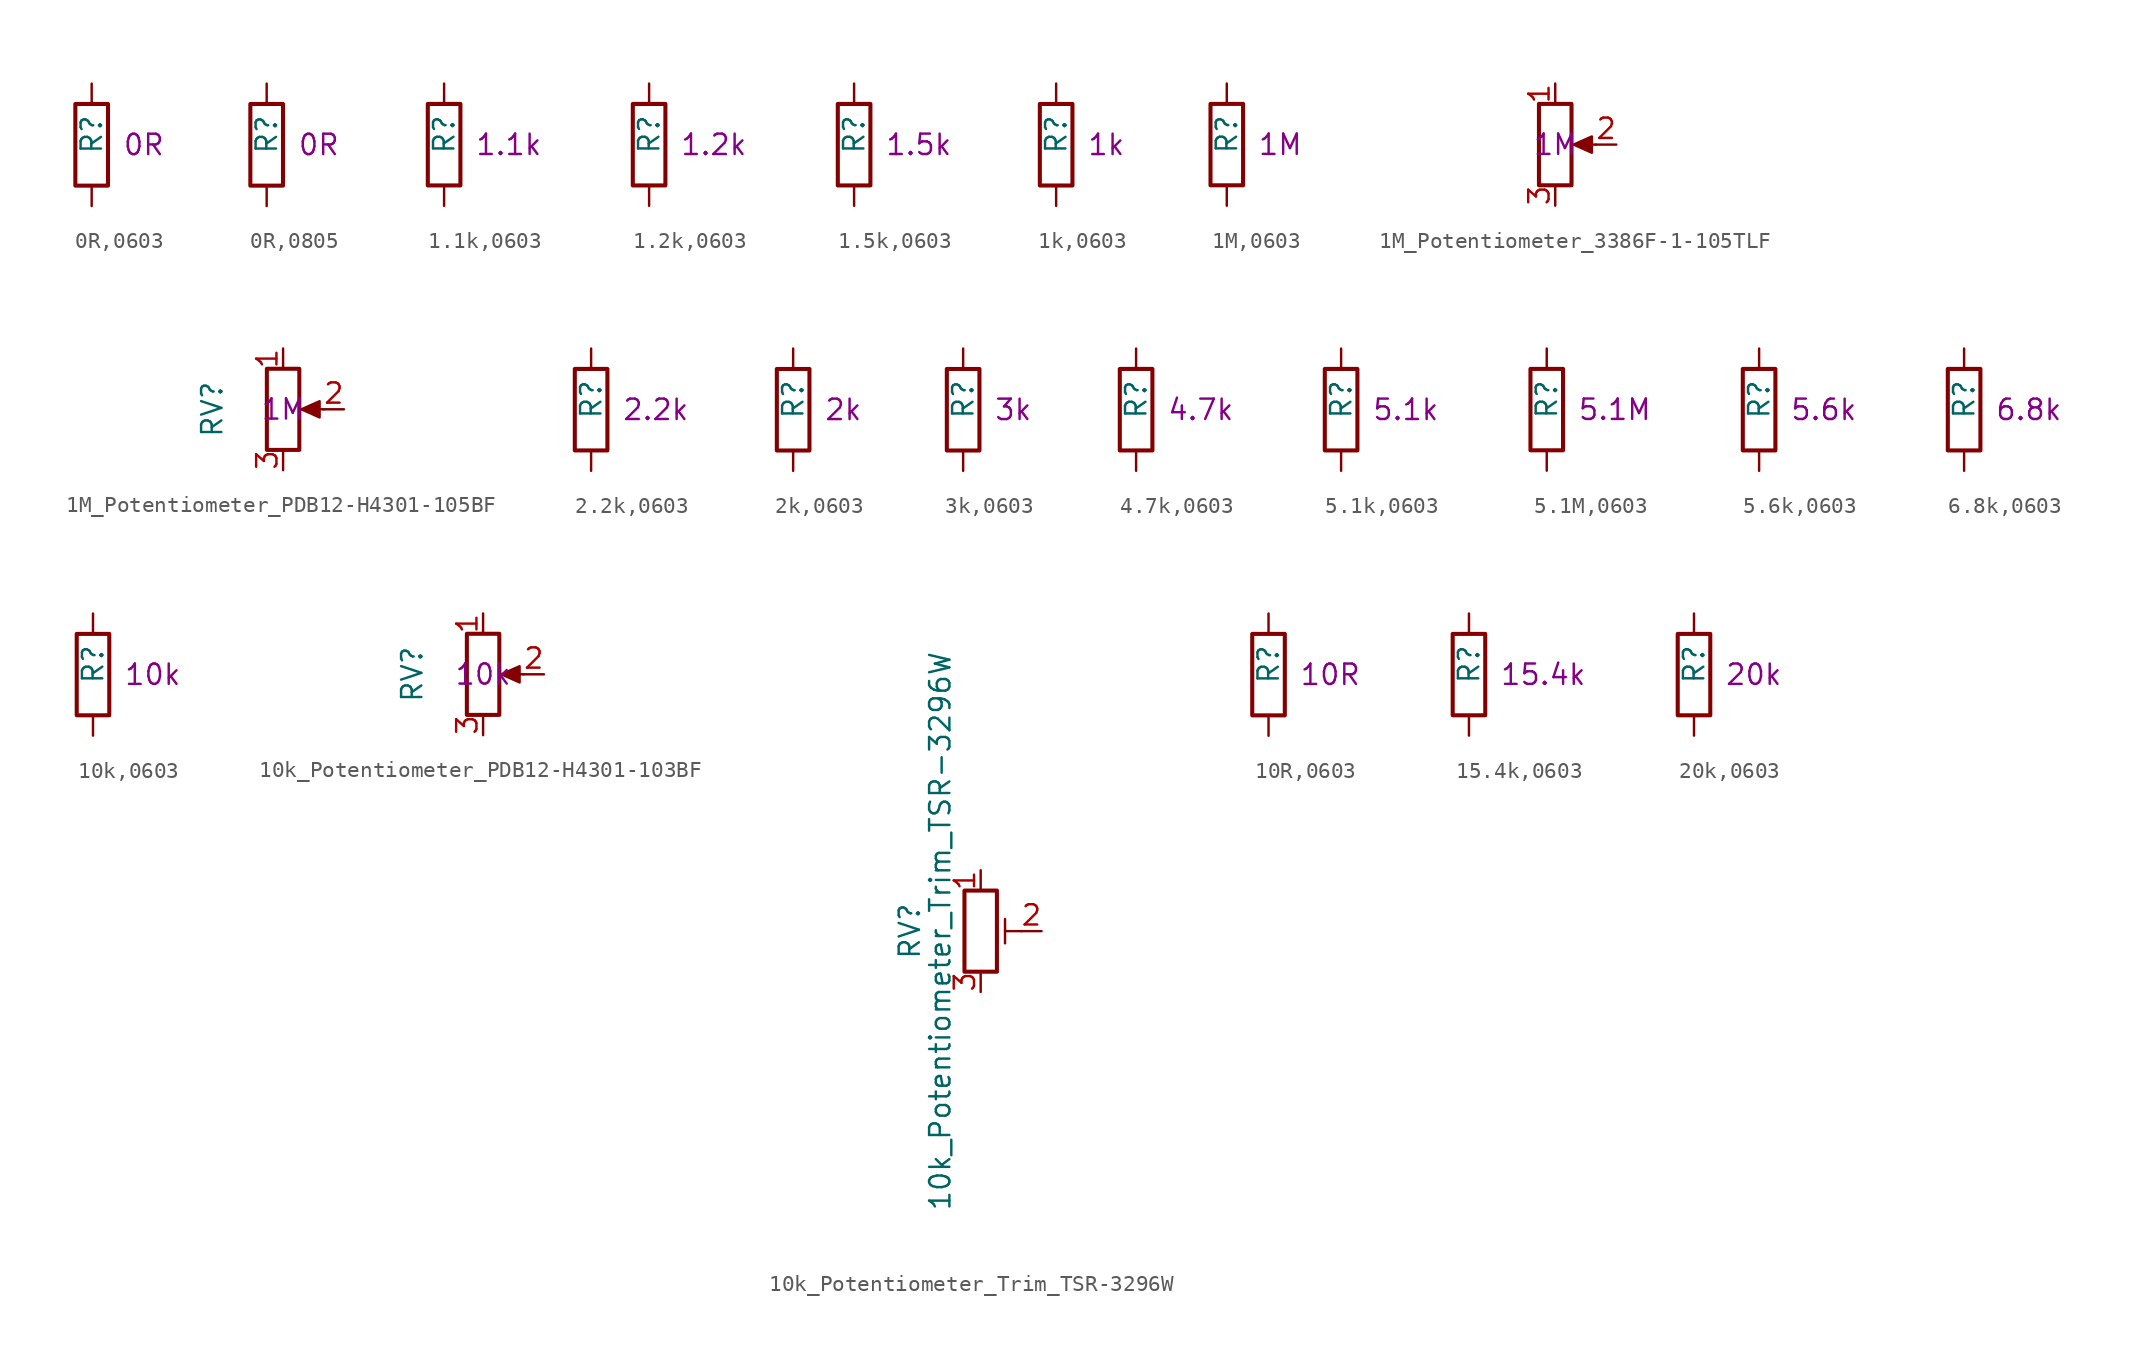
<source format=kicad_sym>
(kicad_symbol_lib
  (version 20220914)
  (generator kicad_symbol_editor)
  (symbol "0R,0603"
    (pin_numbers hide)
    (pin_names
      (offset 0.254) hide)
    (property "Reference" "R"
      (at 0 -0.635 90)
      (effects (font (size 1.27 1.27)) (justify left)))
    (property "Resistance" "0R"
      (at 1.905 0 0)
      (effects (font (size 1.27 1.27)) (justify left)))
    (symbol "0R,0603_1_1"
      (rectangle (start -1.016 -2.54) (end 1.016 2.54) (stroke (width 0.254) (type default)) (fill (type none)))
      (pin passive line (at 0 3.81 270) (length 1.27) (name "~" (effects (font (size 1.27 1.27)))) (number "1" (effects (font (size 1.27 1.27)))))
      (pin passive line (at 0 -3.81 90) (length 1.27) (name "~" (effects (font (size 1.27 1.27)))) (number "2" (effects (font (size 1.27 1.27)))))))
  (symbol "0R,0805"
    (pin_numbers hide)
    (pin_names
      (offset 0.254) hide)
    (property "Reference" "R"
      (at 0 -0.635 90)
      (effects (font (size 1.27 1.27)) (justify left)))
    (property "Resistance" "0R"
      (at 1.905 0 0)
      (effects (font (size 1.27 1.27)) (justify left)))
    (symbol "0R,0805_1_1"
      (rectangle (start -1.016 -2.54) (end 1.016 2.54) (stroke (width 0.254) (type default)) (fill (type none)))
      (pin passive line (at 0 3.81 270) (length 1.27) (name "~" (effects (font (size 1.27 1.27)))) (number "1" (effects (font (size 1.27 1.27)))))
      (pin passive line (at 0 -3.81 90) (length 1.27) (name "~" (effects (font (size 1.27 1.27)))) (number "2" (effects (font (size 1.27 1.27)))))))
  (symbol "1.1k,0603"
    (pin_numbers hide)
    (pin_names
      (offset 0.254) hide)
    (property "Reference" "R"
      (at 0 -0.635 90)
      (effects (font (size 1.27 1.27)) (justify left)))
    (property "Resistance" "1.1k"
      (at 1.905 0 0)
      (effects (font (size 1.27 1.27)) (justify left)))
    (symbol "1.1k,0603_1_1"
      (rectangle (start -1.016 -2.54) (end 1.016 2.54) (stroke (width 0.254) (type default)) (fill (type none)))
      (pin passive line (at 0 3.81 270) (length 1.27) (name "~" (effects (font (size 1.27 1.27)))) (number "1" (effects (font (size 1.27 1.27)))))
      (pin passive line (at 0 -3.81 90) (length 1.27) (name "~" (effects (font (size 1.27 1.27)))) (number "2" (effects (font (size 1.27 1.27)))))))
  (symbol "1.2k,0603"
    (pin_numbers hide)
    (pin_names
      (offset 0.254) hide)
    (property "Reference" "R"
      (at 0 -0.635 90)
      (effects (font (size 1.27 1.27)) (justify left)))
    (property "Resistance" "1.2k"
      (at 1.905 0 0)
      (effects (font (size 1.27 1.27)) (justify left)))
    (symbol "1.2k,0603_1_1"
      (rectangle (start -1.016 -2.54) (end 1.016 2.54) (stroke (width 0.254) (type default)) (fill (type none)))
      (pin passive line (at 0 3.81 270) (length 1.27) (name "~" (effects (font (size 1.27 1.27)))) (number "1" (effects (font (size 1.27 1.27)))))
      (pin passive line (at 0 -3.81 90) (length 1.27) (name "~" (effects (font (size 1.27 1.27)))) (number "2" (effects (font (size 1.27 1.27)))))))
  (symbol "1.5k,0603"
    (pin_numbers hide)
    (pin_names
      (offset 0.254) hide)
    (property "Reference" "R"
      (at 0 -0.635 90)
      (effects (font (size 1.27 1.27)) (justify left)))
    (property "Resistance" "1.5k"
      (at 1.905 0 0)
      (effects (font (size 1.27 1.27)) (justify left)))
    (symbol "1.5k,0603_1_1"
      (rectangle (start -1.016 -2.54) (end 1.016 2.54) (stroke (width 0.254) (type default)) (fill (type none)))
      (pin passive line (at 0 3.81 270) (length 1.27) (name "~" (effects (font (size 1.27 1.27)))) (number "1" (effects (font (size 1.27 1.27)))))
      (pin passive line (at 0 -3.81 90) (length 1.27) (name "~" (effects (font (size 1.27 1.27)))) (number "2" (effects (font (size 1.27 1.27)))))))
  (symbol "1k,0603"
    (pin_numbers hide)
    (pin_names
      (offset 0.254) hide)
    (property "Reference" "R"
      (at 0 -0.635 90)
      (effects (font (size 1.27 1.27)) (justify left)))
    (property "Resistance" "1k"
      (at 1.905 0 0)
      (effects (font (size 1.27 1.27)) (justify left)))
    (symbol "1k,0603_1_1"
      (rectangle (start -1.016 -2.54) (end 1.016 2.54) (stroke (width 0.254) (type default)) (fill (type none)))
      (pin passive line (at 0 3.81 270) (length 1.27) (name "~" (effects (font (size 1.27 1.27)))) (number "1" (effects (font (size 1.27 1.27)))))
      (pin passive line (at 0 -3.81 90) (length 1.27) (name "~" (effects (font (size 1.27 1.27)))) (number "2" (effects (font (size 1.27 1.27)))))))
  (symbol "1M,0603"
    (pin_numbers hide)
    (pin_names
      (offset 0.254) hide)
    (property "Reference" "R"
      (at 0 -0.635 90)
      (effects (font (size 1.27 1.27)) (justify left)))
    (property "Resistance" "1M"
      (at 1.905 0 0)
      (effects (font (size 1.27 1.27)) (justify left)))
    (symbol "1M,0603_1_1"
      (rectangle (start -1.016 -2.54) (end 1.016 2.54) (stroke (width 0.254) (type default)) (fill (type none)))
      (pin passive line (at 0 3.81 270) (length 1.27) (name "~" (effects (font (size 1.27 1.27)))) (number "1" (effects (font (size 1.27 1.27)))))
      (pin passive line (at 0 -3.81 90) (length 1.27) (name "~" (effects (font (size 1.27 1.27)))) (number "2" (effects (font (size 1.27 1.27)))))))
  (symbol "1M_Potentiometer_3386F-1-105TLF"
    (pin_names
      (offset 1.016) hide)
    (property "Reference" "RV"
      (at -4.445 0 90)
      (effects (font (size 1.27 1.27)) hide))
    (property "Pretty Value 1" "1M"
      (at 0 0 0)
      (effects (font (size 1.27 1.27))))
    (symbol "1M_Potentiometer_3386F-1-105TLF_0_1"
      (polyline (pts (xy 2.54 0) (xy 1.524 0)) (stroke (width 0) (type default)) (fill (type none)))
      (polyline (pts (xy 1.143 0) (xy 2.286 0.508) (xy 2.286 -0.508) (xy 1.143 0)) (stroke (width 0) (type default)) (fill (type outline)))
      (rectangle (start 1.016 2.54) (end -1.016 -2.54) (stroke (width 0.254) (type default)) (fill (type none))))
    (symbol "1M_Potentiometer_3386F-1-105TLF_1_1"
      (pin passive line (at 0 3.81 270) (length 1.27) (name "1" (effects (font (size 1.27 1.27)))) (number "1" (effects (font (size 1.27 1.27)))))
      (pin passive line (at 3.81 0 180) (length 1.27) (name "2" (effects (font (size 1.27 1.27)))) (number "2" (effects (font (size 1.27 1.27)))))
      (pin passive line (at 0 -3.81 90) (length 1.27) (name "3" (effects (font (size 1.27 1.27)))) (number "3" (effects (font (size 1.27 1.27)))))))
  (symbol "1M_Potentiometer_PDB12-H4301-105BF"
    (pin_names
      (offset 1.016) hide)
    (property "Reference" "RV"
      (at -4.445 0 90)
      (effects (font (size 1.27 1.27))))
    (property "Pretty Value 1" "1M"
      (at 0 0 0)
      (effects (font (size 1.27 1.27))))
    (symbol "1M_Potentiometer_PDB12-H4301-105BF_0_0"
      (pin no_connect line (at 2.54 -3.81 90) (length 2.54) hide (name "MH1" (effects (font (size 1.27 1.27)))) (number "MH1" (effects (font (size 1.27 1.27)))))
      (pin no_connect line (at 5.08 -3.81 90) (length 2.54) hide (name "MH2" (effects (font (size 1.27 1.27)))) (number "MH2" (effects (font (size 1.27 1.27))))))
    (symbol "1M_Potentiometer_PDB12-H4301-105BF_0_1"
      (polyline (pts (xy 2.54 0) (xy 1.524 0)) (stroke (width 0) (type default)) (fill (type none)))
      (polyline (pts (xy 1.143 0) (xy 2.286 0.508) (xy 2.286 -0.508) (xy 1.143 0)) (stroke (width 0) (type default)) (fill (type outline)))
      (rectangle (start 1.016 2.54) (end -1.016 -2.54) (stroke (width 0.254) (type default)) (fill (type none))))
    (symbol "1M_Potentiometer_PDB12-H4301-105BF_1_1"
      (pin passive line (at 0 3.81 270) (length 1.27) (name "1" (effects (font (size 1.27 1.27)))) (number "1" (effects (font (size 1.27 1.27)))))
      (pin passive line (at 3.81 0 180) (length 1.27) (name "2" (effects (font (size 1.27 1.27)))) (number "2" (effects (font (size 1.27 1.27)))))
      (pin passive line (at 0 -3.81 90) (length 1.27) (name "3" (effects (font (size 1.27 1.27)))) (number "3" (effects (font (size 1.27 1.27)))))))
  (symbol "2.2k,0603"
    (pin_numbers hide)
    (pin_names
      (offset 0.254) hide)
    (property "Reference" "R"
      (at 0 -0.635 90)
      (effects (font (size 1.27 1.27)) (justify left)))
    (property "Resistance" "2.2k"
      (at 1.905 0 0)
      (effects (font (size 1.27 1.27)) (justify left)))
    (symbol "2.2k,0603_1_1"
      (rectangle (start -1.016 -2.54) (end 1.016 2.54) (stroke (width 0.254) (type default)) (fill (type none)))
      (pin passive line (at 0 3.81 270) (length 1.27) (name "~" (effects (font (size 1.27 1.27)))) (number "1" (effects (font (size 1.27 1.27)))))
      (pin passive line (at 0 -3.81 90) (length 1.27) (name "~" (effects (font (size 1.27 1.27)))) (number "2" (effects (font (size 1.27 1.27)))))))
  (symbol "2k,0603"
    (pin_numbers hide)
    (pin_names
      (offset 0.254) hide)
    (property "Reference" "R"
      (at 0 -0.635 90)
      (effects (font (size 1.27 1.27)) (justify left)))
    (property "Resistance" "2k"
      (at 1.905 0 0)
      (effects (font (size 1.27 1.27)) (justify left)))
    (symbol "2k,0603_1_1"
      (rectangle (start -1.016 -2.54) (end 1.016 2.54) (stroke (width 0.254) (type default)) (fill (type none)))
      (pin passive line (at 0 3.81 270) (length 1.27) (name "~" (effects (font (size 1.27 1.27)))) (number "1" (effects (font (size 1.27 1.27)))))
      (pin passive line (at 0 -3.81 90) (length 1.27) (name "~" (effects (font (size 1.27 1.27)))) (number "2" (effects (font (size 1.27 1.27)))))))
  (symbol "3k,0603"
    (pin_numbers hide)
    (pin_names
      (offset 0.254) hide)
    (property "Reference" "R"
      (at 0 -0.635 90)
      (effects (font (size 1.27 1.27)) (justify left)))
    (property "Resistance" "3k"
      (at 1.905 0 0)
      (effects (font (size 1.27 1.27)) (justify left)))
    (symbol "3k,0603_1_1"
      (rectangle (start -1.016 -2.54) (end 1.016 2.54) (stroke (width 0.254) (type default)) (fill (type none)))
      (pin passive line (at 0 3.81 270) (length 1.27) (name "~" (effects (font (size 1.27 1.27)))) (number "1" (effects (font (size 1.27 1.27)))))
      (pin passive line (at 0 -3.81 90) (length 1.27) (name "~" (effects (font (size 1.27 1.27)))) (number "2" (effects (font (size 1.27 1.27)))))))
  (symbol "4.7k,0603"
    (pin_numbers hide)
    (pin_names
      (offset 0.254) hide)
    (property "Reference" "R"
      (at 0 -0.635 90)
      (effects (font (size 1.27 1.27)) (justify left)))
    (property "Resistance" "4.7k"
      (at 1.905 0 0)
      (effects (font (size 1.27 1.27)) (justify left)))
    (symbol "4.7k,0603_1_1"
      (rectangle (start -1.016 -2.54) (end 1.016 2.54) (stroke (width 0.254) (type default)) (fill (type none)))
      (pin passive line (at 0 3.81 270) (length 1.27) (name "~" (effects (font (size 1.27 1.27)))) (number "1" (effects (font (size 1.27 1.27)))))
      (pin passive line (at 0 -3.81 90) (length 1.27) (name "~" (effects (font (size 1.27 1.27)))) (number "2" (effects (font (size 1.27 1.27)))))))
  (symbol "5.1k,0603"
    (pin_numbers hide)
    (pin_names
      (offset 0.254) hide)
    (property "Reference" "R"
      (at 0 -0.635 90)
      (effects (font (size 1.27 1.27)) (justify left)))
    (property "Resistance" "5.1k"
      (at 1.905 0 0)
      (effects (font (size 1.27 1.27)) (justify left)))
    (symbol "5.1k,0603_1_1"
      (rectangle (start -1.016 -2.54) (end 1.016 2.54) (stroke (width 0.254) (type default)) (fill (type none)))
      (pin passive line (at 0 3.81 270) (length 1.27) (name "~" (effects (font (size 1.27 1.27)))) (number "1" (effects (font (size 1.27 1.27)))))
      (pin passive line (at 0 -3.81 90) (length 1.27) (name "~" (effects (font (size 1.27 1.27)))) (number "2" (effects (font (size 1.27 1.27)))))))
  (symbol "5.1M,0603"
    (pin_numbers hide)
    (pin_names
      (offset 0.254) hide)
    (property "Reference" "R"
      (at 0 -0.635 90)
      (effects (font (size 1.27 1.27)) (justify left)))
    (property "Resistance" "5.1M"
      (at 1.905 0 0)
      (effects (font (size 1.27 1.27)) (justify left)))
    (symbol "5.1M,0603_1_1"
      (rectangle (start -1.016 -2.54) (end 1.016 2.54) (stroke (width 0.254) (type default)) (fill (type none)))
      (pin passive line (at 0 3.81 270) (length 1.27) (name "~" (effects (font (size 1.27 1.27)))) (number "1" (effects (font (size 1.27 1.27)))))
      (pin passive line (at 0 -3.81 90) (length 1.27) (name "~" (effects (font (size 1.27 1.27)))) (number "2" (effects (font (size 1.27 1.27)))))))
  (symbol "5.6k,0603"
    (pin_numbers hide)
    (pin_names
      (offset 0.254) hide)
    (property "Reference" "R"
      (at 0 -0.635 90)
      (effects (font (size 1.27 1.27)) (justify left)))
    (property "Resistance" "5.6k"
      (at 1.905 0 0)
      (effects (font (size 1.27 1.27)) (justify left)))
    (symbol "5.6k,0603_1_1"
      (rectangle (start -1.016 -2.54) (end 1.016 2.54) (stroke (width 0.254) (type default)) (fill (type none)))
      (pin passive line (at 0 3.81 270) (length 1.27) (name "~" (effects (font (size 1.27 1.27)))) (number "1" (effects (font (size 1.27 1.27)))))
      (pin passive line (at 0 -3.81 90) (length 1.27) (name "~" (effects (font (size 1.27 1.27)))) (number "2" (effects (font (size 1.27 1.27)))))))
  (symbol "6.8k,0603"
    (pin_numbers hide)
    (pin_names
      (offset 0.254) hide)
    (property "Reference" "R"
      (at 0 -0.635 90)
      (effects (font (size 1.27 1.27)) (justify left)))
    (property "Resistance" "6.8k"
      (at 1.905 0 0)
      (effects (font (size 1.27 1.27)) (justify left)))
    (symbol "6.8k,0603_1_1"
      (rectangle (start -1.016 -2.54) (end 1.016 2.54) (stroke (width 0.254) (type default)) (fill (type none)))
      (pin passive line (at 0 3.81 270) (length 1.27) (name "~" (effects (font (size 1.27 1.27)))) (number "1" (effects (font (size 1.27 1.27)))))
      (pin passive line (at 0 -3.81 90) (length 1.27) (name "~" (effects (font (size 1.27 1.27)))) (number "2" (effects (font (size 1.27 1.27)))))))
  (symbol "10k,0603"
    (pin_numbers hide)
    (pin_names
      (offset 0.254) hide)
    (property "Reference" "R"
      (at 0 -0.635 90)
      (effects (font (size 1.27 1.27)) (justify left)))
    (property "Resistance" "10k"
      (at 1.905 0 0)
      (effects (font (size 1.27 1.27)) (justify left)))
    (symbol "10k,0603_1_1"
      (rectangle (start -1.016 -2.54) (end 1.016 2.54) (stroke (width 0.254) (type default)) (fill (type none)))
      (pin passive line (at 0 3.81 270) (length 1.27) (name "~" (effects (font (size 1.27 1.27)))) (number "1" (effects (font (size 1.27 1.27)))))
      (pin passive line (at 0 -3.81 90) (length 1.27) (name "~" (effects (font (size 1.27 1.27)))) (number "2" (effects (font (size 1.27 1.27)))))))
  (symbol "10k_Potentiometer_PDB12-H4301-103BF"
    (pin_names
      (offset 1.016) hide)
    (property "Reference" "RV"
      (at -4.445 0 90)
      (effects (font (size 1.27 1.27))))
    (property "Pretty Value 1" "10k"
      (at 0 0 0)
      (effects (font (size 1.27 1.27))))
    (symbol "10k_Potentiometer_PDB12-H4301-103BF_0_0"
      (pin no_connect line (at 2.54 -3.81 90) (length 2.54) hide (name "MH1" (effects (font (size 1.27 1.27)))) (number "MH1" (effects (font (size 1.27 1.27)))))
      (pin no_connect line (at 5.08 -3.81 90) (length 2.54) hide (name "MH2" (effects (font (size 1.27 1.27)))) (number "MH2" (effects (font (size 1.27 1.27))))))
    (symbol "10k_Potentiometer_PDB12-H4301-103BF_0_1"
      (polyline (pts (xy 2.54 0) (xy 1.524 0)) (stroke (width 0) (type default)) (fill (type none)))
      (polyline (pts (xy 1.143 0) (xy 2.286 0.508) (xy 2.286 -0.508) (xy 1.143 0)) (stroke (width 0) (type default)) (fill (type outline)))
      (rectangle (start 1.016 2.54) (end -1.016 -2.54) (stroke (width 0.254) (type default)) (fill (type none))))
    (symbol "10k_Potentiometer_PDB12-H4301-103BF_1_1"
      (pin passive line (at 0 3.81 270) (length 1.27) (name "1" (effects (font (size 1.27 1.27)))) (number "1" (effects (font (size 1.27 1.27)))))
      (pin passive line (at 3.81 0 180) (length 1.27) (name "2" (effects (font (size 1.27 1.27)))) (number "2" (effects (font (size 1.27 1.27)))))
      (pin passive line (at 0 -3.81 90) (length 1.27) (name "3" (effects (font (size 1.27 1.27)))) (number "3" (effects (font (size 1.27 1.27)))))))
  (symbol "10k_Potentiometer_Trim_TSR-3296W"
    (pin_names
      (offset 1.016) hide)
    (property "Reference" "RV"
      (at -4.445 0 90)
      (effects (font (size 1.27 1.27))))
    (property "Value" "10k_Potentiometer_Trim_TSR-3296W"
      (at -2.54 0 90)
      (effects (font (size 1.27 1.27))))
    (symbol "10k_Potentiometer_Trim_TSR-3296W_0_1"
      (polyline (pts (xy 1.524 0.762) (xy 1.524 -0.762)) (stroke (width 0) (type default)) (fill (type none)))
      (polyline (pts (xy 2.54 0) (xy 1.524 0)) (stroke (width 0) (type default)) (fill (type none)))
      (rectangle (start 1.016 2.54) (end -1.016 -2.54) (stroke (width 0.254) (type default)) (fill (type none))))
    (symbol "10k_Potentiometer_Trim_TSR-3296W_1_1"
      (pin passive line (at 0 3.81 270) (length 1.27) (name "1" (effects (font (size 1.27 1.27)))) (number "1" (effects (font (size 1.27 1.27)))))
      (pin passive line (at 3.81 0 180) (length 1.27) (name "2" (effects (font (size 1.27 1.27)))) (number "2" (effects (font (size 1.27 1.27)))))
      (pin passive line (at 0 -3.81 90) (length 1.27) (name "3" (effects (font (size 1.27 1.27)))) (number "3" (effects (font (size 1.27 1.27)))))))
  (symbol "10R,0603"
    (pin_numbers hide)
    (pin_names
      (offset 0.254) hide)
    (property "Reference" "R"
      (at 0 -0.635 90)
      (effects (font (size 1.27 1.27)) (justify left)))
    (property "Resistance" "10R"
      (at 1.905 0 0)
      (effects (font (size 1.27 1.27)) (justify left)))
    (symbol "10R,0603_1_1"
      (rectangle (start -1.016 -2.54) (end 1.016 2.54) (stroke (width 0.254) (type default)) (fill (type none)))
      (pin passive line (at 0 3.81 270) (length 1.27) (name "~" (effects (font (size 1.27 1.27)))) (number "1" (effects (font (size 1.27 1.27)))))
      (pin passive line (at 0 -3.81 90) (length 1.27) (name "~" (effects (font (size 1.27 1.27)))) (number "2" (effects (font (size 1.27 1.27)))))))
  (symbol "15.4k,0603"
    (pin_numbers hide)
    (pin_names
      (offset 0.254) hide)
    (property "Reference" "R"
      (at 0 -0.635 90)
      (effects (font (size 1.27 1.27)) (justify left)))
    (property "Resistance" "15.4k"
      (at 1.905 0 0)
      (effects (font (size 1.27 1.27)) (justify left)))
    (symbol "15.4k,0603_1_1"
      (rectangle (start -1.016 -2.54) (end 1.016 2.54) (stroke (width 0.254) (type default)) (fill (type none)))
      (pin passive line (at 0 3.81 270) (length 1.27) (name "~" (effects (font (size 1.27 1.27)))) (number "1" (effects (font (size 1.27 1.27)))))
      (pin passive line (at 0 -3.81 90) (length 1.27) (name "~" (effects (font (size 1.27 1.27)))) (number "2" (effects (font (size 1.27 1.27)))))))
  (symbol "20k,0603"
    (pin_numbers hide)
    (pin_names
      (offset 0.254) hide)
    (property "Reference" "R"
      (at 0 -0.635 90)
      (effects (font (size 1.27 1.27)) (justify left)))
    (property "Resistance" "20k"
      (at 1.905 0 0)
      (effects (font (size 1.27 1.27)) (justify left)))
    (symbol "20k,0603_1_1"
      (rectangle (start -1.016 -2.54) (end 1.016 2.54) (stroke (width 0.254) (type default)) (fill (type none)))
      (pin passive line (at 0 3.81 270) (length 1.27) (name "~" (effects (font (size 1.27 1.27)))) (number "1" (effects (font (size 1.27 1.27)))))
      (pin passive line (at 0 -3.81 90) (length 1.27) (name "~" (effects (font (size 1.27 1.27)))) (number "2" (effects (font (size 1.27 1.27))))))))
</source>
